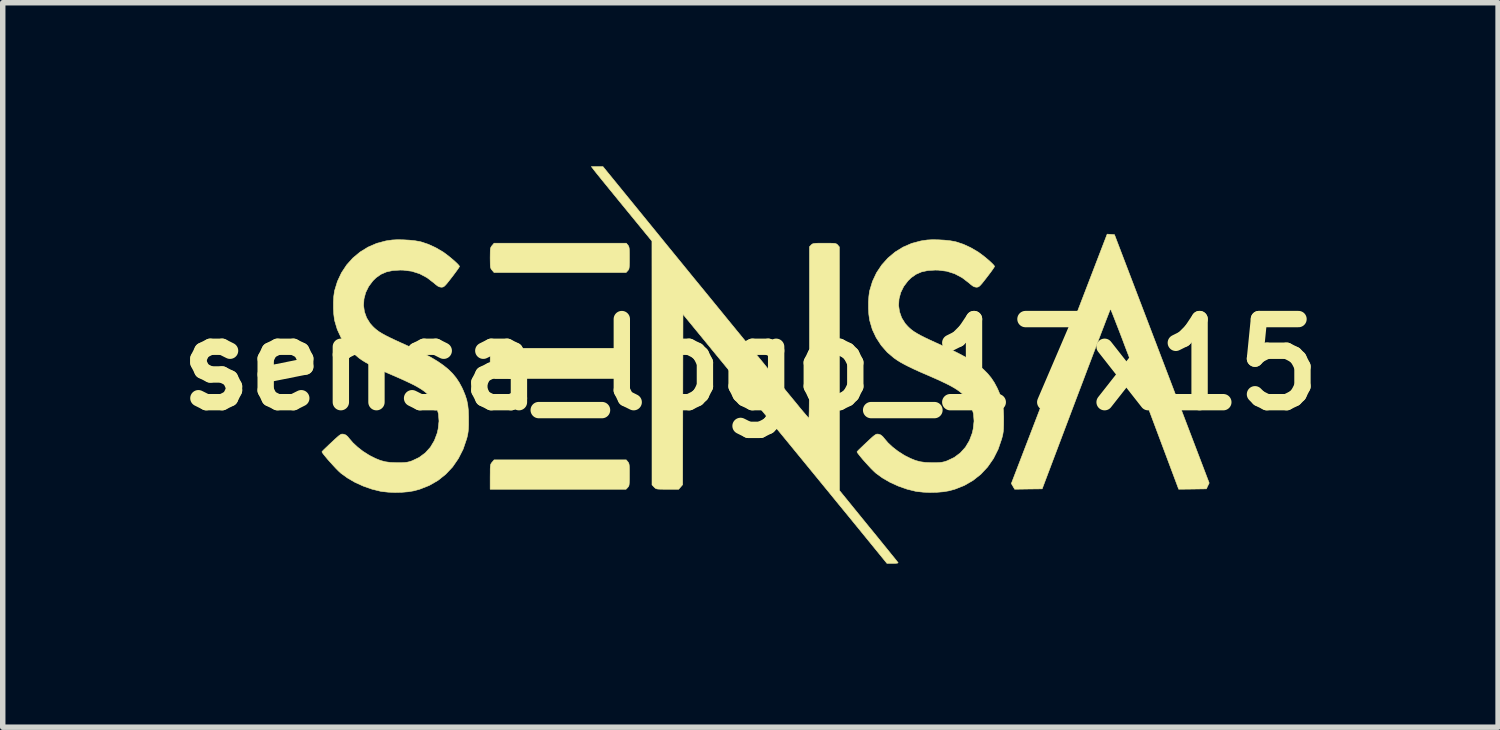
<source format=kicad_pcb>
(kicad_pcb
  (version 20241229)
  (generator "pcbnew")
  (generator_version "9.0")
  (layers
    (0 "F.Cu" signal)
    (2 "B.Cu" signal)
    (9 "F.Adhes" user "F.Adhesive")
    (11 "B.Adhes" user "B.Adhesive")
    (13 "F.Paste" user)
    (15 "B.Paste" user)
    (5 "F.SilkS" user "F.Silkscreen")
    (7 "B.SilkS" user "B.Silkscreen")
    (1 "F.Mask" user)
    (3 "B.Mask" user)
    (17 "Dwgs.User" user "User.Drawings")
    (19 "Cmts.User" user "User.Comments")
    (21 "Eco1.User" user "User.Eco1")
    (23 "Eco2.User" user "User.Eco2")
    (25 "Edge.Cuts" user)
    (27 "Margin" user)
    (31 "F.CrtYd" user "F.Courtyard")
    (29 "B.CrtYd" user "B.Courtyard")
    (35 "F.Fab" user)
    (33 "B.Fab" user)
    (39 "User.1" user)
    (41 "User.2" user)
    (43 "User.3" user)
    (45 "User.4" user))
  (footprint "sensa_logo_17x15"
    (layer "F.Cu")
    (at 10.712 3.636)
    (property "Reference" "sensa_logo_17x15" (at 0 0 0) (layer "F.SilkS") (effects (font (size 1.524 1.524) (thickness 0.3))))
    (attr through_hole)
    (fp_poly (pts (xy -2.248 1.783) (xy -2.236 1.799) (xy -2.228 1.818) (xy -2.223 1.846) (xy -2.22 1.888) (xy -2.219 1.95) (xy -2.219 2.019) (xy -2.219 2.101) (xy -2.221 2.158) (xy -2.224 2.196) (xy -2.229 2.222) (xy -2.238 2.239) (xy -2.25 2.253) (xy -2.25 2.254) (xy -2.281 2.286) (xy -4.773 2.286) (xy -4.773 2.059) (xy -4.772 1.972) (xy -4.772 1.91) (xy -4.769 1.867) (xy -4.765 1.838) (xy -4.758 1.819) (xy -4.747 1.802) (xy -4.737 1.79) (xy -4.701 1.748) (xy -2.277 1.748) (xy -2.248 1.783)) (stroke (width 0.01) (type solid)) (fill yes) (layer "F.SilkS"))
    (fp_poly (pts (xy -2.35 -0.259) (xy -2.335 -0.242) (xy -2.325 -0.225) (xy -2.318 -0.202) (xy -2.315 -0.169) (xy -2.313 -0.118) (xy -2.313 -0.045) (xy -2.313 -0.022) (xy -2.313 0.057) (xy -2.314 0.113) (xy -2.317 0.15) (xy -2.323 0.175) (xy -2.332 0.193) (xy -2.346 0.209) (xy -2.35 0.214) (xy -2.388 0.254) (xy -4.687 0.254) (xy -4.73 0.205) (xy -4.773 0.155) (xy -4.773 -0.026) (xy -4.772 -0.103) (xy -4.771 -0.156) (xy -4.767 -0.192) (xy -4.76 -0.217) (xy -4.749 -0.237) (xy -4.738 -0.253) (xy -4.703 -0.299) (xy -2.388 -0.299) (xy -2.35 -0.259)) (stroke (width 0.01) (type solid)) (fill yes) (layer "F.SilkS"))
    (fp_poly (pts (xy -2.248 -2.192) (xy -2.236 -2.176) (xy -2.228 -2.156) (xy -2.223 -2.129) (xy -2.22 -2.087) (xy -2.219 -2.025) (xy -2.219 -1.955) (xy -2.219 -1.874) (xy -2.221 -1.816) (xy -2.224 -1.778) (xy -2.229 -1.753) (xy -2.238 -1.736) (xy -2.25 -1.721) (xy -2.25 -1.721) (xy -2.281 -1.688) (xy -4.701 -1.688) (xy -4.737 -1.73) (xy -4.752 -1.749) (xy -4.762 -1.768) (xy -4.768 -1.792) (xy -4.771 -1.829) (xy -4.772 -1.885) (xy -4.773 -1.957) (xy -4.772 -2.035) (xy -4.771 -2.088) (xy -4.768 -2.124) (xy -4.761 -2.148) (xy -4.751 -2.167) (xy -4.737 -2.184) (xy -4.701 -2.226) (xy -2.277 -2.226) (xy -2.248 -2.192)) (stroke (width 0.01) (type solid)) (fill yes) (layer "F.SilkS"))
    (fp_poly (pts (xy 6.609 -2.388) (xy 6.676 -2.383) (xy 7.545 -0.106) (xy 8.413 2.172) (xy 8.387 2.225) (xy 8.362 2.279) (xy 8.108 2.283) (xy 7.854 2.286) (xy 7.233 0.628) (xy 7.154 0.416) (xy 7.078 0.213) (xy 7.005 0.019) (xy 6.936 -0.163) (xy 6.871 -0.332) (xy 6.813 -0.487) (xy 6.76 -0.625) (xy 6.713 -0.745) (xy 6.674 -0.846) (xy 6.643 -0.925) (xy 6.62 -0.982) (xy 6.606 -1.013) (xy 6.603 -1.02) (xy 6.596 -1.005) (xy 6.58 -0.964) (xy 6.555 -0.899) (xy 6.521 -0.812) (xy 6.48 -0.704) (xy 6.431 -0.577) (xy 6.376 -0.432) (xy 6.315 -0.272) (xy 6.249 -0.098) (xy 6.178 0.088) (xy 6.104 0.285) (xy 6.026 0.49) (xy 5.971 0.635) (xy 5.35 2.279) (xy 5.098 2.282) (xy 4.846 2.286) (xy 4.785 2.181) (xy 6.542 -2.392) (xy 6.609 -2.388)) (stroke (width 0.01) (type solid)) (fill yes) (layer "F.SilkS"))
    (fp_poly (pts (xy -1.85 -2.582) (xy -1.705 -2.404) (xy -1.549 -2.212) (xy -1.384 -2.01) (xy -1.215 -1.803) (xy -1.044 -1.593) (xy -0.874 -1.386) (xy -0.709 -1.184) (xy -0.552 -0.992) (xy -0.407 -0.814) (xy -0.275 -0.653) (xy -0.254 -0.627) (xy -0.131 -0.477) (xy -0.007 -0.326) (xy 0.116 -0.175) (xy 0.236 -0.029) (xy 0.35 0.112) (xy 0.458 0.243) (xy 0.556 0.363) (xy 0.642 0.469) (xy 0.715 0.558) (xy 0.772 0.627) (xy 0.775 0.631) (xy 0.846 0.717) (xy 0.91 0.796) (xy 0.967 0.864) (xy 1.014 0.919) (xy 1.049 0.959) (xy 1.069 0.981) (xy 1.073 0.985) (xy 1.074 0.97) (xy 1.075 0.928) (xy 1.077 0.86) (xy 1.078 0.767) (xy 1.079 0.653) (xy 1.08 0.518) (xy 1.081 0.365) (xy 1.082 0.196) (xy 1.082 0.013) (xy 1.083 -0.183) (xy 1.083 -0.389) (xy 1.083 -0.588) (xy 1.083 -2.161) (xy 1.114 -2.194) (xy 1.127 -2.206) (xy 1.143 -2.215) (xy 1.165 -2.22) (xy 1.198 -2.224) (xy 1.248 -2.226) (xy 1.317 -2.226) (xy 1.359 -2.226) (xy 1.439 -2.226) (xy 1.497 -2.225) (xy 1.537 -2.223) (xy 1.564 -2.218) (xy 1.581 -2.211) (xy 1.594 -2.201) (xy 1.602 -2.192) (xy 1.631 -2.157) (xy 1.632 2.308) (xy 2.167 2.966) (xy 2.264 3.084) (xy 2.355 3.196) (xy 2.439 3.3) (xy 2.515 3.393) (xy 2.58 3.474) (xy 2.634 3.54) (xy 2.675 3.591) (xy 2.7 3.623) (xy 2.709 3.634) (xy 2.7 3.64) (xy 2.67 3.644) (xy 2.625 3.646) (xy 2.61 3.646) (xy 2.504 3.646) (xy 1.989 3.014) (xy 1.899 2.904) (xy 1.802 2.785) (xy 1.697 2.657) (xy 1.583 2.518) (xy 1.461 2.368) (xy 1.328 2.206) (xy 1.184 2.03) (xy 1.029 1.841) (xy 0.862 1.637) (xy 0.682 1.417) (xy 0.488 1.181) (xy 0.28 0.927) (xy 0.057 0.655) (xy -0.182 0.363) (xy -0.438 0.051) (xy -0.711 -0.281) (xy -0.722 -0.295) (xy -1.237 -0.923) (xy -1.243 2.202) (xy -1.279 2.244) (xy -1.315 2.286) (xy -1.522 2.286) (xy -1.601 2.286) (xy -1.658 2.285) (xy -1.697 2.283) (xy -1.723 2.278) (xy -1.741 2.27) (xy -1.755 2.258) (xy -1.767 2.246) (xy -1.805 2.206) (xy -1.805 -0.029) (xy -1.806 -2.264) (xy -2.307 -2.876) (xy -2.403 -2.993) (xy -2.494 -3.105) (xy -2.58 -3.21) (xy -2.657 -3.305) (xy -2.726 -3.389) (xy -2.782 -3.459) (xy -2.826 -3.513) (xy -2.854 -3.549) (xy -2.863 -3.56) (xy -2.917 -3.631) (xy -2.705 -3.631) (xy -1.85 -2.582)) (stroke (width 0.01) (type solid)) (fill yes) (layer "F.SilkS"))
    (fp_poly (pts (xy -6.366 -2.288) (xy -6.255 -2.282) (xy -6.151 -2.271) (xy -6.06 -2.255) (xy -6.036 -2.249) (xy -5.907 -2.206) (xy -5.772 -2.144) (xy -5.642 -2.068) (xy -5.638 -2.066) (xy -5.587 -2.029) (xy -5.531 -1.986) (xy -5.475 -1.94) (xy -5.423 -1.895) (xy -5.379 -1.854) (xy -5.349 -1.822) (xy -5.335 -1.802) (xy -5.335 -1.8) (xy -5.343 -1.785) (xy -5.366 -1.75) (xy -5.401 -1.702) (xy -5.444 -1.644) (xy -5.476 -1.602) (xy -5.529 -1.534) (xy -5.568 -1.485) (xy -5.597 -1.453) (xy -5.619 -1.433) (xy -5.637 -1.423) (xy -5.656 -1.42) (xy -5.667 -1.419) (xy -5.699 -1.424) (xy -5.731 -1.438) (xy -5.771 -1.468) (xy -5.802 -1.495) (xy -5.931 -1.594) (xy -6.066 -1.666) (xy -6.211 -1.712) (xy -6.368 -1.732) (xy -6.422 -1.733) (xy -6.558 -1.725) (xy -6.674 -1.7) (xy -6.776 -1.656) (xy -6.866 -1.593) (xy -6.923 -1.537) (xy -7.001 -1.433) (xy -7.056 -1.321) (xy -7.087 -1.204) (xy -7.095 -1.086) (xy -7.079 -0.969) (xy -7.039 -0.858) (xy -6.975 -0.755) (xy -6.93 -0.704) (xy -6.893 -0.668) (xy -6.854 -0.635) (xy -6.811 -0.603) (xy -6.759 -0.571) (xy -6.696 -0.536) (xy -6.619 -0.497) (xy -6.524 -0.452) (xy -6.409 -0.399) (xy -6.35 -0.373) (xy -6.163 -0.287) (xy -5.999 -0.207) (xy -5.857 -0.131) (xy -5.735 -0.058) (xy -5.63 0.015) (xy -5.54 0.088) (xy -5.463 0.164) (xy -5.397 0.244) (xy -5.34 0.33) (xy -5.29 0.423) (xy -5.268 0.471) (xy -5.23 0.564) (xy -5.202 0.651) (xy -5.184 0.74) (xy -5.173 0.84) (xy -5.169 0.958) (xy -5.169 1.016) (xy -5.169 1.107) (xy -5.172 1.176) (xy -5.177 1.232) (xy -5.185 1.282) (xy -5.197 1.335) (xy -5.205 1.364) (xy -5.269 1.552) (xy -5.356 1.723) (xy -5.462 1.877) (xy -5.588 2.011) (xy -5.731 2.125) (xy -5.891 2.217) (xy -6.066 2.286) (xy -6.172 2.315) (xy -6.274 2.332) (xy -6.392 2.342) (xy -6.517 2.345) (xy -6.641 2.34) (xy -6.753 2.328) (xy -6.784 2.323) (xy -6.942 2.284) (xy -7.101 2.228) (xy -7.253 2.159) (xy -7.392 2.078) (xy -7.512 1.991) (xy -7.515 1.988) (xy -7.552 1.954) (xy -7.597 1.909) (xy -7.647 1.855) (xy -7.699 1.798) (xy -7.749 1.742) (xy -7.793 1.689) (xy -7.829 1.645) (xy -7.851 1.614) (xy -7.858 1.599) (xy -7.847 1.586) (xy -7.819 1.557) (xy -7.777 1.517) (xy -7.725 1.467) (xy -7.683 1.428) (xy -7.62 1.369) (xy -7.573 1.327) (xy -7.54 1.299) (xy -7.515 1.283) (xy -7.496 1.275) (xy -7.478 1.275) (xy -7.46 1.277) (xy -7.421 1.291) (xy -7.387 1.319) (xy -7.358 1.355) (xy -7.291 1.433) (xy -7.205 1.513) (xy -7.108 1.589) (xy -7.004 1.655) (xy -6.973 1.673) (xy -6.873 1.723) (xy -6.783 1.759) (xy -6.696 1.782) (xy -6.602 1.795) (xy -6.492 1.799) (xy -6.477 1.799) (xy -6.399 1.799) (xy -6.341 1.796) (xy -6.293 1.79) (xy -6.25 1.78) (xy -6.205 1.765) (xy -6.075 1.703) (xy -5.962 1.619) (xy -5.869 1.516) (xy -5.796 1.394) (xy -5.744 1.256) (xy -5.727 1.18) (xy -5.711 1.037) (xy -5.721 0.904) (xy -5.756 0.781) (xy -5.816 0.666) (xy -5.887 0.576) (xy -5.928 0.535) (xy -5.974 0.495) (xy -6.029 0.456) (xy -6.095 0.416) (xy -6.175 0.372) (xy -6.272 0.325) (xy -6.388 0.271) (xy -6.526 0.21) (xy -6.564 0.194) (xy -6.7 0.135) (xy -6.814 0.083) (xy -6.91 0.037) (xy -6.991 -0.004) (xy -7.06 -0.042) (xy -7.121 -0.08) (xy -7.177 -0.119) (xy -7.177 -0.119) (xy -7.304 -0.227) (xy -7.415 -0.353) (xy -7.507 -0.494) (xy -7.577 -0.645) (xy -7.624 -0.803) (xy -7.629 -0.828) (xy -7.641 -0.922) (xy -7.647 -1.032) (xy -7.647 -1.146) (xy -7.641 -1.253) (xy -7.628 -1.344) (xy -7.626 -1.355) (xy -7.574 -1.525) (xy -7.5 -1.683) (xy -7.405 -1.827) (xy -7.291 -1.954) (xy -7.159 -2.064) (xy -7.013 -2.154) (xy -6.854 -2.223) (xy -6.685 -2.268) (xy -6.569 -2.285) (xy -6.474 -2.29) (xy -6.366 -2.288)) (stroke (width 0.01) (type solid)) (fill yes) (layer "F.SilkS"))
    (fp_poly (pts (xy 3.446 -2.288) (xy 3.557 -2.282) (xy 3.662 -2.271) (xy 3.752 -2.255) (xy 3.776 -2.249) (xy 3.906 -2.206) (xy 4.04 -2.144) (xy 4.17 -2.068) (xy 4.174 -2.066) (xy 4.225 -2.029) (xy 4.282 -1.986) (xy 4.338 -1.94) (xy 4.39 -1.895) (xy 4.433 -1.854) (xy 4.464 -1.822) (xy 4.477 -1.802) (xy 4.477 -1.8) (xy 4.469 -1.785) (xy 4.446 -1.75) (xy 4.412 -1.702) (xy 4.368 -1.644) (xy 4.336 -1.602) (xy 4.283 -1.534) (xy 4.244 -1.485) (xy 4.215 -1.453) (xy 4.193 -1.433) (xy 4.175 -1.423) (xy 4.157 -1.42) (xy 4.145 -1.419) (xy 4.114 -1.424) (xy 4.082 -1.438) (xy 4.042 -1.468) (xy 4.011 -1.495) (xy 3.882 -1.594) (xy 3.746 -1.666) (xy 3.601 -1.712) (xy 3.444 -1.732) (xy 3.39 -1.733) (xy 3.255 -1.725) (xy 3.138 -1.7) (xy 3.037 -1.656) (xy 2.947 -1.593) (xy 2.89 -1.537) (xy 2.811 -1.433) (xy 2.756 -1.321) (xy 2.725 -1.204) (xy 2.717 -1.086) (xy 2.734 -0.969) (xy 2.773 -0.858) (xy 2.837 -0.755) (xy 2.882 -0.704) (xy 2.919 -0.668) (xy 2.958 -0.635) (xy 3.002 -0.603) (xy 3.054 -0.571) (xy 3.117 -0.536) (xy 3.194 -0.497) (xy 3.288 -0.452) (xy 3.404 -0.399) (xy 3.462 -0.373) (xy 3.65 -0.287) (xy 3.813 -0.207) (xy 3.955 -0.131) (xy 4.078 -0.058) (xy 4.183 0.015) (xy 4.273 0.088) (xy 4.349 0.164) (xy 4.415 0.244) (xy 4.472 0.33) (xy 4.522 0.423) (xy 4.544 0.471) (xy 4.583 0.564) (xy 4.61 0.651) (xy 4.629 0.74) (xy 4.639 0.84) (xy 4.644 0.958) (xy 4.644 1.016) (xy 4.643 1.107) (xy 4.641 1.176) (xy 4.636 1.232) (xy 4.628 1.282) (xy 4.615 1.335) (xy 4.607 1.364) (xy 4.543 1.552) (xy 4.457 1.723) (xy 4.35 1.877) (xy 4.225 2.011) (xy 4.081 2.125) (xy 3.922 2.217) (xy 3.747 2.286) (xy 3.64 2.315) (xy 3.539 2.332) (xy 3.42 2.342) (xy 3.295 2.345) (xy 3.171 2.34) (xy 3.059 2.328) (xy 3.028 2.323) (xy 2.87 2.284) (xy 2.712 2.228) (xy 2.56 2.159) (xy 2.42 2.078) (xy 2.301 1.991) (xy 2.297 1.988) (xy 2.261 1.954) (xy 2.215 1.909) (xy 2.165 1.855) (xy 2.113 1.798) (xy 2.063 1.742) (xy 2.019 1.689) (xy 1.984 1.645) (xy 1.961 1.614) (xy 1.955 1.599) (xy 1.966 1.586) (xy 1.994 1.557) (xy 2.036 1.517) (xy 2.088 1.467) (xy 2.13 1.428) (xy 2.193 1.369) (xy 2.239 1.327) (xy 2.273 1.299) (xy 2.298 1.283) (xy 2.317 1.275) (xy 2.335 1.275) (xy 2.353 1.277) (xy 2.391 1.291) (xy 2.425 1.319) (xy 2.455 1.355) (xy 2.521 1.433) (xy 2.607 1.513) (xy 2.705 1.589) (xy 2.808 1.655) (xy 2.839 1.673) (xy 2.94 1.723) (xy 3.029 1.759) (xy 3.116 1.782) (xy 3.21 1.795) (xy 3.32 1.799) (xy 3.335 1.799) (xy 3.413 1.799) (xy 3.472 1.796) (xy 3.519 1.79) (xy 3.562 1.78) (xy 3.607 1.765) (xy 3.738 1.703) (xy 3.85 1.619) (xy 3.943 1.516) (xy 4.016 1.394) (xy 4.068 1.256) (xy 4.085 1.18) (xy 4.101 1.037) (xy 4.091 0.904) (xy 4.057 0.781) (xy 3.996 0.666) (xy 3.926 0.576) (xy 3.885 0.535) (xy 3.838 0.495) (xy 3.783 0.456) (xy 3.717 0.416) (xy 3.637 0.372) (xy 3.54 0.325) (xy 3.424 0.271) (xy 3.286 0.21) (xy 3.249 0.194) (xy 3.112 0.135) (xy 2.998 0.083) (xy 2.902 0.037) (xy 2.822 -0.004) (xy 2.753 -0.042) (xy 2.692 -0.08) (xy 2.636 -0.119) (xy 2.635 -0.119) (xy 2.508 -0.227) (xy 2.398 -0.353) (xy 2.306 -0.494) (xy 2.235 -0.645) (xy 2.189 -0.803) (xy 2.184 -0.828) (xy 2.171 -0.922) (xy 2.165 -1.032) (xy 2.165 -1.146) (xy 2.172 -1.253) (xy 2.184 -1.344) (xy 2.187 -1.355) (xy 2.238 -1.525) (xy 2.312 -1.683) (xy 2.408 -1.827) (xy 2.522 -1.954) (xy 2.653 -2.064) (xy 2.799 -2.154) (xy 2.958 -2.223) (xy 3.128 -2.268) (xy 3.243 -2.285) (xy 3.339 -2.29) (xy 3.446 -2.288)) (stroke (width 0.01) (type solid)) (fill yes) (layer "F.SilkS")))
  (gr_rect
    (start -3 -3)
    (end 24.423 10.286)
    (stroke (width 0.1) (type default))
    (fill no)
    (layer "Edge.Cuts")))
</source>
